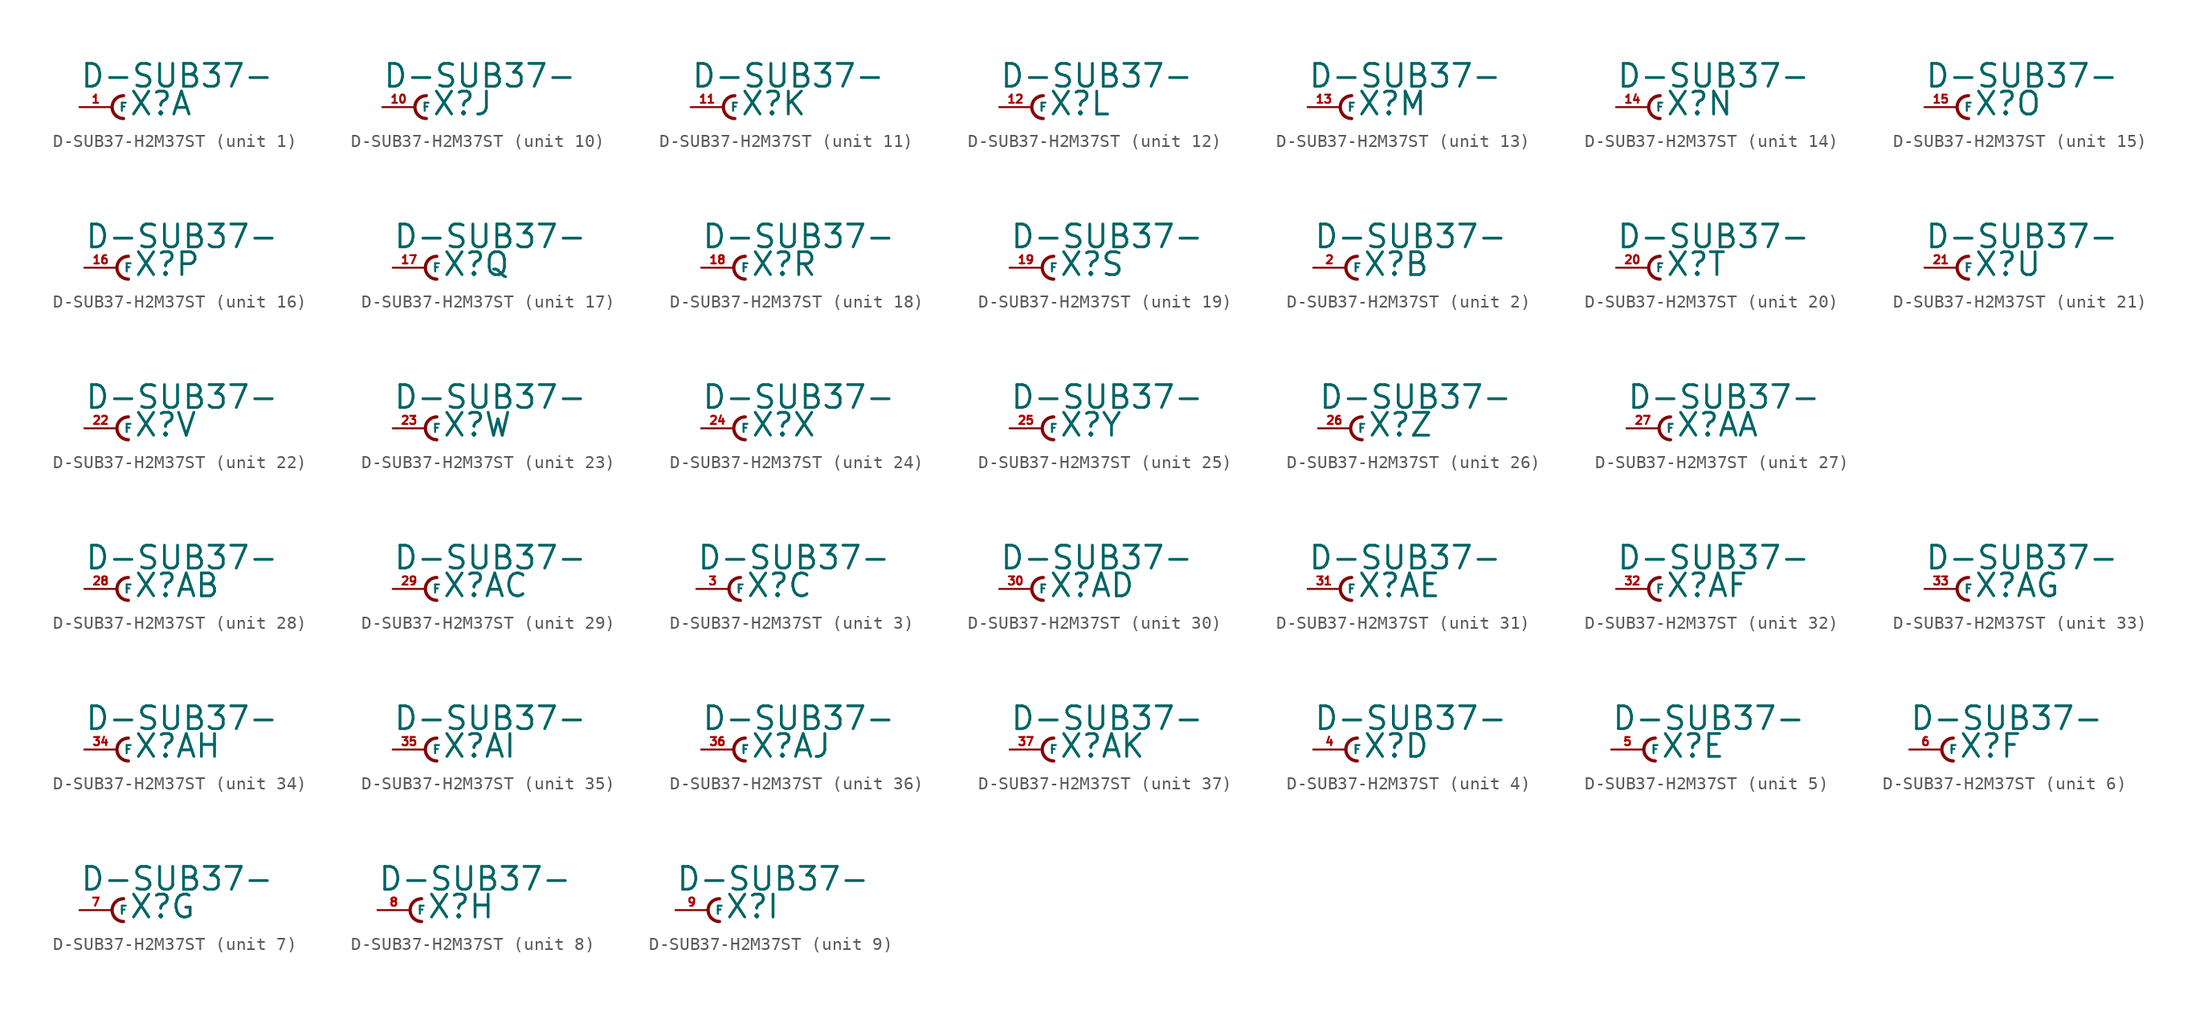
<source format=kicad_sym>
(kicad_symbol_lib
  (version 20220914)
  (generator Eagle2Kicad)
  (symbol "D-SUB37-H2M37ST"
    (property "Reference" "X"
      (at 1.27 -0.762 0)
      (effects (font (size 1.778 1.778) (thickness 0.22)) (justify left bottom)))
    (property "Value" "D-SUB37-"
      (at -2.54 1.397 0)
      (effects (font (size 1.778 1.778) (thickness 0.22)) (justify left bottom)))
    (symbol "D-SUB37-H2M37ST_1_0"
      (arc (start 0.889 0.889) (mid 0.000 0.000) (end 0.889 -0.889) (stroke (width 0.254) (type default)) (fill (type none)))
      (pin passive line (at -2.54 0 0) (length 2.54) (name "F" (effects (font (size 0.635 0.635) (thickness 0.08)) (justify left bottom))) (number "1" (effects (font (size 0.635 0.635) (thickness 0.08)) (justify left bottom)))))
    (symbol "D-SUB37-H2M37ST_2_0"
      (arc (start 0.889 0.889) (mid 0.000 0.000) (end 0.889 -0.889) (stroke (width 0.254) (type default)) (fill (type none)))
      (pin passive line (at -2.54 0 0) (length 2.54) (name "F" (effects (font (size 0.635 0.635) (thickness 0.08)) (justify left bottom))) (number "2" (effects (font (size 0.635 0.635) (thickness 0.08)) (justify left bottom)))))
    (symbol "D-SUB37-H2M37ST_3_0"
      (arc (start 0.889 0.889) (mid 0.000 0.000) (end 0.889 -0.889) (stroke (width 0.254) (type default)) (fill (type none)))
      (pin passive line (at -2.54 0 0) (length 2.54) (name "F" (effects (font (size 0.635 0.635) (thickness 0.08)) (justify left bottom))) (number "3" (effects (font (size 0.635 0.635) (thickness 0.08)) (justify left bottom)))))
    (symbol "D-SUB37-H2M37ST_4_0"
      (arc (start 0.889 0.889) (mid 0.000 0.000) (end 0.889 -0.889) (stroke (width 0.254) (type default)) (fill (type none)))
      (pin passive line (at -2.54 0 0) (length 2.54) (name "F" (effects (font (size 0.635 0.635) (thickness 0.08)) (justify left bottom))) (number "4" (effects (font (size 0.635 0.635) (thickness 0.08)) (justify left bottom)))))
    (symbol "D-SUB37-H2M37ST_5_0"
      (arc (start 0.889 0.889) (mid 0.000 0.000) (end 0.889 -0.889) (stroke (width 0.254) (type default)) (fill (type none)))
      (pin passive line (at -2.54 0 0) (length 2.54) (name "F" (effects (font (size 0.635 0.635) (thickness 0.08)) (justify left bottom))) (number "5" (effects (font (size 0.635 0.635) (thickness 0.08)) (justify left bottom)))))
    (symbol "D-SUB37-H2M37ST_6_0"
      (arc (start 0.889 0.889) (mid 0.000 0.000) (end 0.889 -0.889) (stroke (width 0.254) (type default)) (fill (type none)))
      (pin passive line (at -2.54 0 0) (length 2.54) (name "F" (effects (font (size 0.635 0.635) (thickness 0.08)) (justify left bottom))) (number "6" (effects (font (size 0.635 0.635) (thickness 0.08)) (justify left bottom)))))
    (symbol "D-SUB37-H2M37ST_7_0"
      (arc (start 0.889 0.889) (mid 0.000 0.000) (end 0.889 -0.889) (stroke (width 0.254) (type default)) (fill (type none)))
      (pin passive line (at -2.54 0 0) (length 2.54) (name "F" (effects (font (size 0.635 0.635) (thickness 0.08)) (justify left bottom))) (number "7" (effects (font (size 0.635 0.635) (thickness 0.08)) (justify left bottom)))))
    (symbol "D-SUB37-H2M37ST_8_0"
      (arc (start 0.889 0.889) (mid 0.000 0.000) (end 0.889 -0.889) (stroke (width 0.254) (type default)) (fill (type none)))
      (pin passive line (at -2.54 0 0) (length 2.54) (name "F" (effects (font (size 0.635 0.635) (thickness 0.08)) (justify left bottom))) (number "8" (effects (font (size 0.635 0.635) (thickness 0.08)) (justify left bottom)))))
    (symbol "D-SUB37-H2M37ST_9_0"
      (arc (start 0.889 0.889) (mid 0.000 0.000) (end 0.889 -0.889) (stroke (width 0.254) (type default)) (fill (type none)))
      (pin passive line (at -2.54 0 0) (length 2.54) (name "F" (effects (font (size 0.635 0.635) (thickness 0.08)) (justify left bottom))) (number "9" (effects (font (size 0.635 0.635) (thickness 0.08)) (justify left bottom)))))
    (symbol "D-SUB37-H2M37ST_10_0"
      (arc (start 0.889 0.889) (mid 0.000 0.000) (end 0.889 -0.889) (stroke (width 0.254) (type default)) (fill (type none)))
      (pin passive line (at -2.54 0 0) (length 2.54) (name "F" (effects (font (size 0.635 0.635) (thickness 0.08)) (justify left bottom))) (number "10" (effects (font (size 0.635 0.635) (thickness 0.08)) (justify left bottom)))))
    (symbol "D-SUB37-H2M37ST_11_0"
      (arc (start 0.889 0.889) (mid 0.000 0.000) (end 0.889 -0.889) (stroke (width 0.254) (type default)) (fill (type none)))
      (pin passive line (at -2.54 0 0) (length 2.54) (name "F" (effects (font (size 0.635 0.635) (thickness 0.08)) (justify left bottom))) (number "11" (effects (font (size 0.635 0.635) (thickness 0.08)) (justify left bottom)))))
    (symbol "D-SUB37-H2M37ST_12_0"
      (arc (start 0.889 0.889) (mid 0.000 0.000) (end 0.889 -0.889) (stroke (width 0.254) (type default)) (fill (type none)))
      (pin passive line (at -2.54 0 0) (length 2.54) (name "F" (effects (font (size 0.635 0.635) (thickness 0.08)) (justify left bottom))) (number "12" (effects (font (size 0.635 0.635) (thickness 0.08)) (justify left bottom)))))
    (symbol "D-SUB37-H2M37ST_13_0"
      (arc (start 0.889 0.889) (mid 0.000 0.000) (end 0.889 -0.889) (stroke (width 0.254) (type default)) (fill (type none)))
      (pin passive line (at -2.54 0 0) (length 2.54) (name "F" (effects (font (size 0.635 0.635) (thickness 0.08)) (justify left bottom))) (number "13" (effects (font (size 0.635 0.635) (thickness 0.08)) (justify left bottom)))))
    (symbol "D-SUB37-H2M37ST_14_0"
      (arc (start 0.889 0.889) (mid 0.000 0.000) (end 0.889 -0.889) (stroke (width 0.254) (type default)) (fill (type none)))
      (pin passive line (at -2.54 0 0) (length 2.54) (name "F" (effects (font (size 0.635 0.635) (thickness 0.08)) (justify left bottom))) (number "14" (effects (font (size 0.635 0.635) (thickness 0.08)) (justify left bottom)))))
    (symbol "D-SUB37-H2M37ST_15_0"
      (arc (start 0.889 0.889) (mid 0.000 0.000) (end 0.889 -0.889) (stroke (width 0.254) (type default)) (fill (type none)))
      (pin passive line (at -2.54 0 0) (length 2.54) (name "F" (effects (font (size 0.635 0.635) (thickness 0.08)) (justify left bottom))) (number "15" (effects (font (size 0.635 0.635) (thickness 0.08)) (justify left bottom)))))
    (symbol "D-SUB37-H2M37ST_16_0"
      (arc (start 0.889 0.889) (mid 0.000 0.000) (end 0.889 -0.889) (stroke (width 0.254) (type default)) (fill (type none)))
      (pin passive line (at -2.54 0 0) (length 2.54) (name "F" (effects (font (size 0.635 0.635) (thickness 0.08)) (justify left bottom))) (number "16" (effects (font (size 0.635 0.635) (thickness 0.08)) (justify left bottom)))))
    (symbol "D-SUB37-H2M37ST_17_0"
      (arc (start 0.889 0.889) (mid 0.000 0.000) (end 0.889 -0.889) (stroke (width 0.254) (type default)) (fill (type none)))
      (pin passive line (at -2.54 0 0) (length 2.54) (name "F" (effects (font (size 0.635 0.635) (thickness 0.08)) (justify left bottom))) (number "17" (effects (font (size 0.635 0.635) (thickness 0.08)) (justify left bottom)))))
    (symbol "D-SUB37-H2M37ST_18_0"
      (arc (start 0.889 0.889) (mid 0.000 0.000) (end 0.889 -0.889) (stroke (width 0.254) (type default)) (fill (type none)))
      (pin passive line (at -2.54 0 0) (length 2.54) (name "F" (effects (font (size 0.635 0.635) (thickness 0.08)) (justify left bottom))) (number "18" (effects (font (size 0.635 0.635) (thickness 0.08)) (justify left bottom)))))
    (symbol "D-SUB37-H2M37ST_19_0"
      (arc (start 0.889 0.889) (mid 0.000 0.000) (end 0.889 -0.889) (stroke (width 0.254) (type default)) (fill (type none)))
      (pin passive line (at -2.54 0 0) (length 2.54) (name "F" (effects (font (size 0.635 0.635) (thickness 0.08)) (justify left bottom))) (number "19" (effects (font (size 0.635 0.635) (thickness 0.08)) (justify left bottom)))))
    (symbol "D-SUB37-H2M37ST_20_0"
      (arc (start 0.889 0.889) (mid 0.000 0.000) (end 0.889 -0.889) (stroke (width 0.254) (type default)) (fill (type none)))
      (pin passive line (at -2.54 0 0) (length 2.54) (name "F" (effects (font (size 0.635 0.635) (thickness 0.08)) (justify left bottom))) (number "20" (effects (font (size 0.635 0.635) (thickness 0.08)) (justify left bottom)))))
    (symbol "D-SUB37-H2M37ST_21_0"
      (arc (start 0.889 0.889) (mid 0.000 0.000) (end 0.889 -0.889) (stroke (width 0.254) (type default)) (fill (type none)))
      (pin passive line (at -2.54 0 0) (length 2.54) (name "F" (effects (font (size 0.635 0.635) (thickness 0.08)) (justify left bottom))) (number "21" (effects (font (size 0.635 0.635) (thickness 0.08)) (justify left bottom)))))
    (symbol "D-SUB37-H2M37ST_22_0"
      (arc (start 0.889 0.889) (mid 0.000 0.000) (end 0.889 -0.889) (stroke (width 0.254) (type default)) (fill (type none)))
      (pin passive line (at -2.54 0 0) (length 2.54) (name "F" (effects (font (size 0.635 0.635) (thickness 0.08)) (justify left bottom))) (number "22" (effects (font (size 0.635 0.635) (thickness 0.08)) (justify left bottom)))))
    (symbol "D-SUB37-H2M37ST_23_0"
      (arc (start 0.889 0.889) (mid 0.000 0.000) (end 0.889 -0.889) (stroke (width 0.254) (type default)) (fill (type none)))
      (pin passive line (at -2.54 0 0) (length 2.54) (name "F" (effects (font (size 0.635 0.635) (thickness 0.08)) (justify left bottom))) (number "23" (effects (font (size 0.635 0.635) (thickness 0.08)) (justify left bottom)))))
    (symbol "D-SUB37-H2M37ST_24_0"
      (arc (start 0.889 0.889) (mid 0.000 0.000) (end 0.889 -0.889) (stroke (width 0.254) (type default)) (fill (type none)))
      (pin passive line (at -2.54 0 0) (length 2.54) (name "F" (effects (font (size 0.635 0.635) (thickness 0.08)) (justify left bottom))) (number "24" (effects (font (size 0.635 0.635) (thickness 0.08)) (justify left bottom)))))
    (symbol "D-SUB37-H2M37ST_25_0"
      (arc (start 0.889 0.889) (mid 0.000 0.000) (end 0.889 -0.889) (stroke (width 0.254) (type default)) (fill (type none)))
      (pin passive line (at -2.54 0 0) (length 2.54) (name "F" (effects (font (size 0.635 0.635) (thickness 0.08)) (justify left bottom))) (number "25" (effects (font (size 0.635 0.635) (thickness 0.08)) (justify left bottom)))))
    (symbol "D-SUB37-H2M37ST_26_0"
      (arc (start 0.889 0.889) (mid 0.000 0.000) (end 0.889 -0.889) (stroke (width 0.254) (type default)) (fill (type none)))
      (pin passive line (at -2.54 0 0) (length 2.54) (name "F" (effects (font (size 0.635 0.635) (thickness 0.08)) (justify left bottom))) (number "26" (effects (font (size 0.635 0.635) (thickness 0.08)) (justify left bottom)))))
    (symbol "D-SUB37-H2M37ST_27_0"
      (arc (start 0.889 0.889) (mid 0.000 0.000) (end 0.889 -0.889) (stroke (width 0.254) (type default)) (fill (type none)))
      (pin passive line (at -2.54 0 0) (length 2.54) (name "F" (effects (font (size 0.635 0.635) (thickness 0.08)) (justify left bottom))) (number "27" (effects (font (size 0.635 0.635) (thickness 0.08)) (justify left bottom)))))
    (symbol "D-SUB37-H2M37ST_28_0"
      (arc (start 0.889 0.889) (mid 0.000 0.000) (end 0.889 -0.889) (stroke (width 0.254) (type default)) (fill (type none)))
      (pin passive line (at -2.54 0 0) (length 2.54) (name "F" (effects (font (size 0.635 0.635) (thickness 0.08)) (justify left bottom))) (number "28" (effects (font (size 0.635 0.635) (thickness 0.08)) (justify left bottom)))))
    (symbol "D-SUB37-H2M37ST_29_0"
      (arc (start 0.889 0.889) (mid 0.000 0.000) (end 0.889 -0.889) (stroke (width 0.254) (type default)) (fill (type none)))
      (pin passive line (at -2.54 0 0) (length 2.54) (name "F" (effects (font (size 0.635 0.635) (thickness 0.08)) (justify left bottom))) (number "29" (effects (font (size 0.635 0.635) (thickness 0.08)) (justify left bottom)))))
    (symbol "D-SUB37-H2M37ST_30_0"
      (arc (start 0.889 0.889) (mid 0.000 0.000) (end 0.889 -0.889) (stroke (width 0.254) (type default)) (fill (type none)))
      (pin passive line (at -2.54 0 0) (length 2.54) (name "F" (effects (font (size 0.635 0.635) (thickness 0.08)) (justify left bottom))) (number "30" (effects (font (size 0.635 0.635) (thickness 0.08)) (justify left bottom)))))
    (symbol "D-SUB37-H2M37ST_31_0"
      (arc (start 0.889 0.889) (mid 0.000 0.000) (end 0.889 -0.889) (stroke (width 0.254) (type default)) (fill (type none)))
      (pin passive line (at -2.54 0 0) (length 2.54) (name "F" (effects (font (size 0.635 0.635) (thickness 0.08)) (justify left bottom))) (number "31" (effects (font (size 0.635 0.635) (thickness 0.08)) (justify left bottom)))))
    (symbol "D-SUB37-H2M37ST_32_0"
      (arc (start 0.889 0.889) (mid 0.000 0.000) (end 0.889 -0.889) (stroke (width 0.254) (type default)) (fill (type none)))
      (pin passive line (at -2.54 0 0) (length 2.54) (name "F" (effects (font (size 0.635 0.635) (thickness 0.08)) (justify left bottom))) (number "32" (effects (font (size 0.635 0.635) (thickness 0.08)) (justify left bottom)))))
    (symbol "D-SUB37-H2M37ST_33_0"
      (arc (start 0.889 0.889) (mid 0.000 0.000) (end 0.889 -0.889) (stroke (width 0.254) (type default)) (fill (type none)))
      (pin passive line (at -2.54 0 0) (length 2.54) (name "F" (effects (font (size 0.635 0.635) (thickness 0.08)) (justify left bottom))) (number "33" (effects (font (size 0.635 0.635) (thickness 0.08)) (justify left bottom)))))
    (symbol "D-SUB37-H2M37ST_34_0"
      (arc (start 0.889 0.889) (mid 0.000 0.000) (end 0.889 -0.889) (stroke (width 0.254) (type default)) (fill (type none)))
      (pin passive line (at -2.54 0 0) (length 2.54) (name "F" (effects (font (size 0.635 0.635) (thickness 0.08)) (justify left bottom))) (number "34" (effects (font (size 0.635 0.635) (thickness 0.08)) (justify left bottom)))))
    (symbol "D-SUB37-H2M37ST_35_0"
      (arc (start 0.889 0.889) (mid 0.000 0.000) (end 0.889 -0.889) (stroke (width 0.254) (type default)) (fill (type none)))
      (pin passive line (at -2.54 0 0) (length 2.54) (name "F" (effects (font (size 0.635 0.635) (thickness 0.08)) (justify left bottom))) (number "35" (effects (font (size 0.635 0.635) (thickness 0.08)) (justify left bottom)))))
    (symbol "D-SUB37-H2M37ST_36_0"
      (arc (start 0.889 0.889) (mid 0.000 0.000) (end 0.889 -0.889) (stroke (width 0.254) (type default)) (fill (type none)))
      (pin passive line (at -2.54 0 0) (length 2.54) (name "F" (effects (font (size 0.635 0.635) (thickness 0.08)) (justify left bottom))) (number "36" (effects (font (size 0.635 0.635) (thickness 0.08)) (justify left bottom)))))
    (symbol "D-SUB37-H2M37ST_37_0"
      (arc (start 0.889 0.889) (mid 0.000 0.000) (end 0.889 -0.889) (stroke (width 0.254) (type default)) (fill (type none)))
      (pin passive line (at -2.54 0 0) (length 2.54) (name "F" (effects (font (size 0.635 0.635) (thickness 0.08)) (justify left bottom))) (number "37" (effects (font (size 0.635 0.635) (thickness 0.08)) (justify left bottom)))))))
</source>
